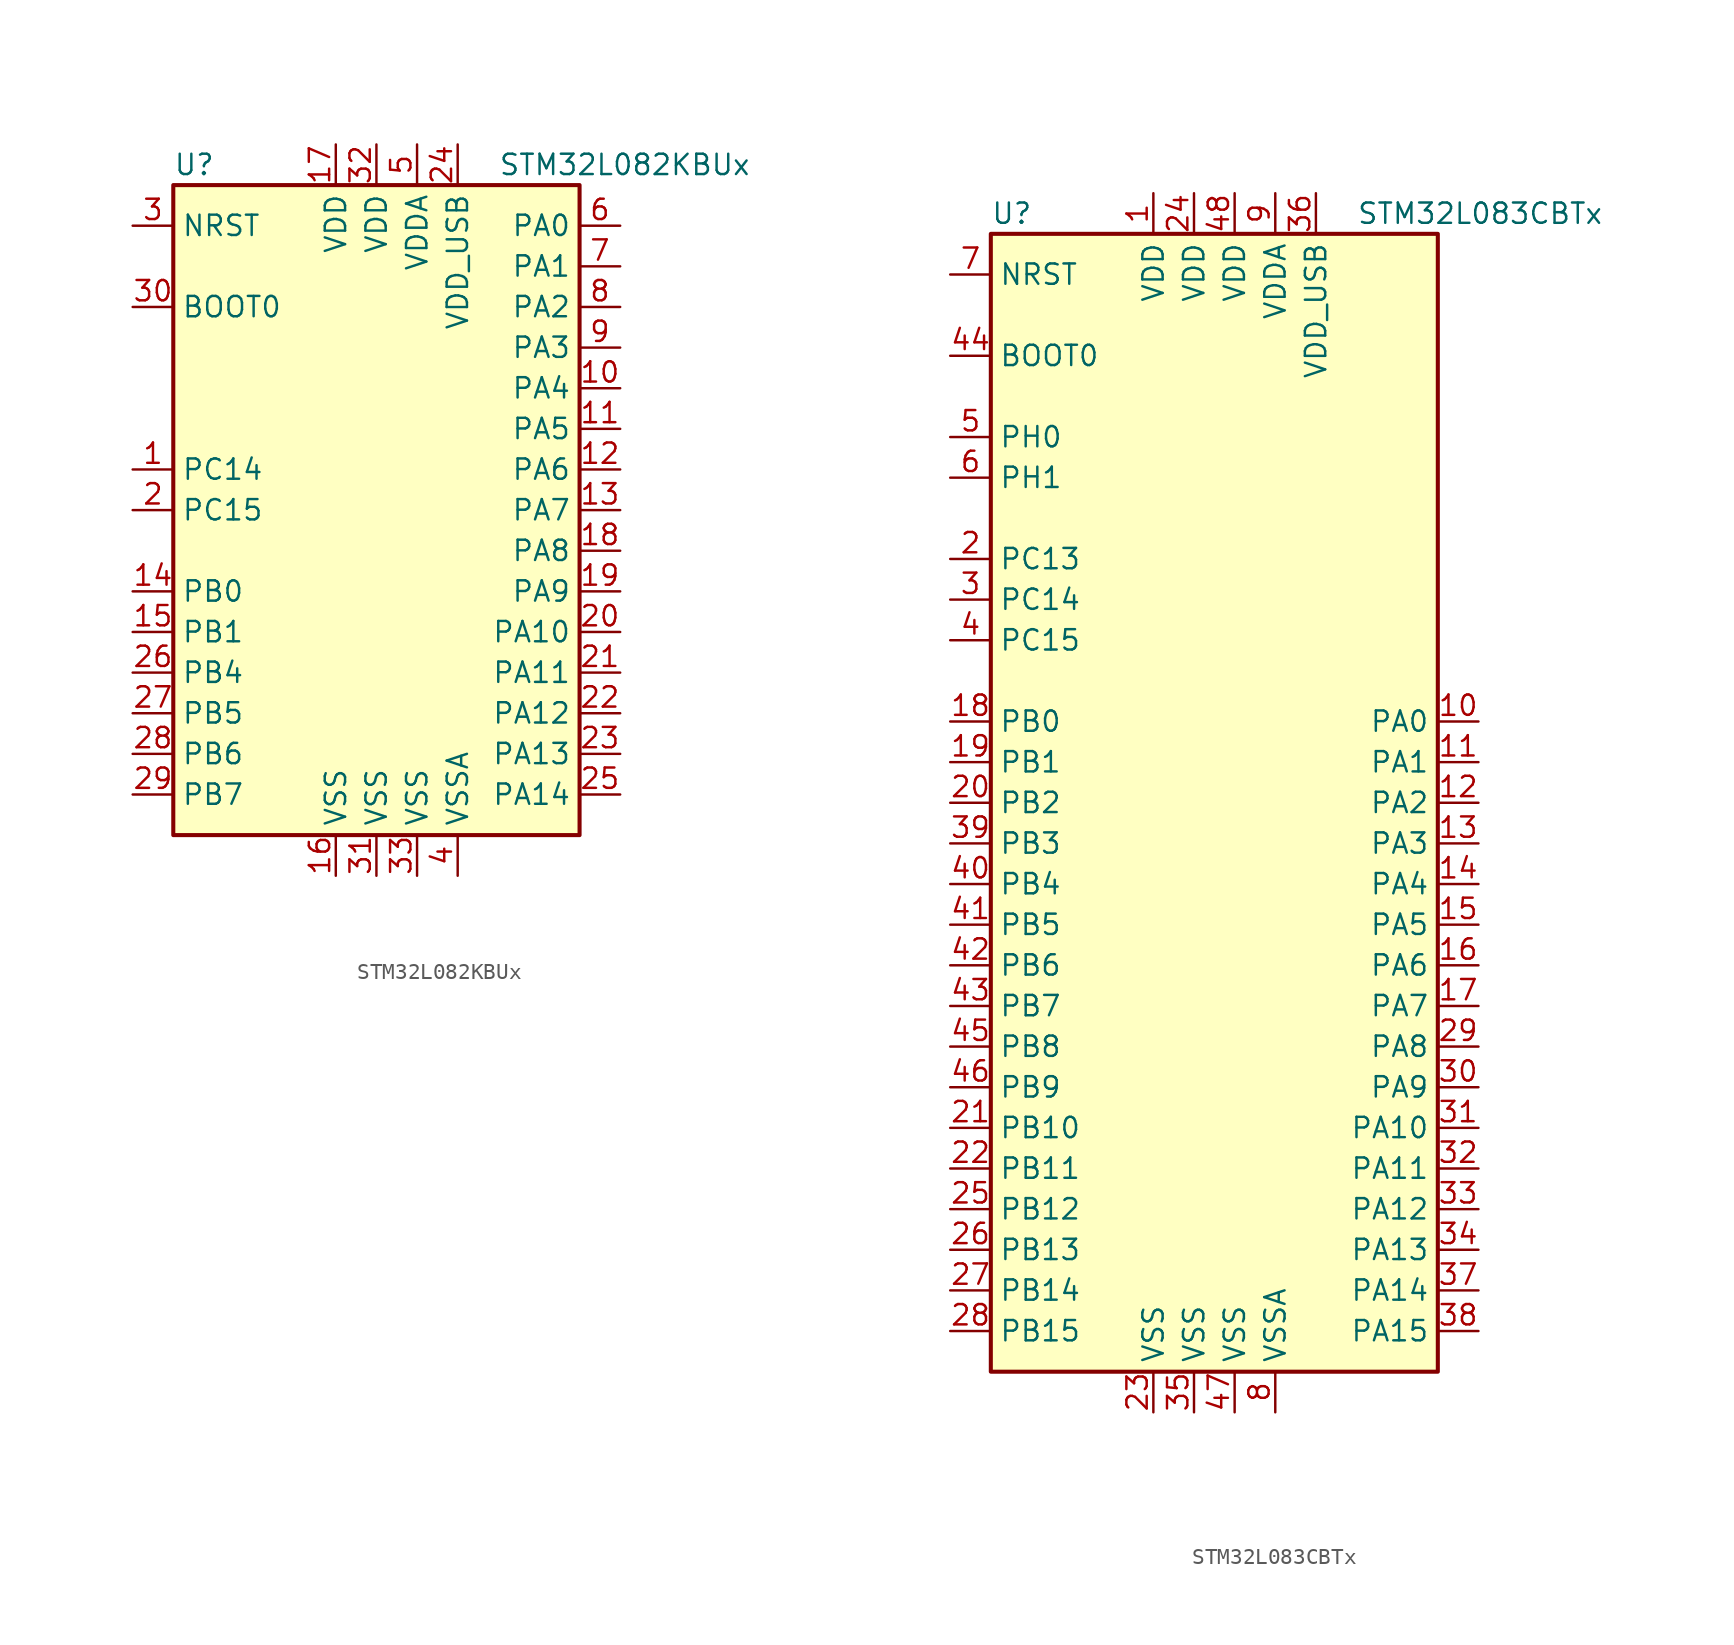
<source format=kicad_sym>
(kicad_symbol_lib
  (version 20201005)
  (generator kicad_symbol_editor)
  (symbol "MCU_ST_STM32L0:STM32L082KBUx"
    (property "Reference" "U"
      (at -12.7 21.59 0)
      (effects (font (size 1.27 1.27)) (justify left)))
    (property "Value" "STM32L082KBUx"
      (at 7.62 21.59 0)
      (effects (font (size 1.27 1.27)) (justify left)))
    (symbol "STM32L082KBUx_0_1"
      (rectangle (start -12.7 -20.32) (end 12.7 20.32) (stroke (width 0.254)) (fill (type background))))
    (symbol "STM32L082KBUx_1_1"
      (pin input line (at -15.24 12.7 0) (length 2.54) (name "BOOT0" (effects (font (size 1.27 1.27)))) (number "30" (effects (font (size 1.27 1.27)))))
      (pin input line (at -15.24 17.78 0) (length 2.54) (name "NRST" (effects (font (size 1.27 1.27)))) (number "3" (effects (font (size 1.27 1.27)))))
      (pin bidirectional line (at 15.24 17.78 180) (length 2.54) (name "PA0" (effects (font (size 1.27 1.27)))) (number "6" (effects (font (size 1.27 1.27)))))
      (pin bidirectional line (at 15.24 15.24 180) (length 2.54) (name "PA1" (effects (font (size 1.27 1.27)))) (number "7" (effects (font (size 1.27 1.27)))))
      (pin bidirectional line (at 15.24 -7.62 180) (length 2.54) (name "PA10" (effects (font (size 1.27 1.27)))) (number "20" (effects (font (size 1.27 1.27)))))
      (pin bidirectional line (at 15.24 -10.16 180) (length 2.54) (name "PA11" (effects (font (size 1.27 1.27)))) (number "21" (effects (font (size 1.27 1.27)))))
      (pin bidirectional line (at 15.24 -12.7 180) (length 2.54) (name "PA12" (effects (font (size 1.27 1.27)))) (number "22" (effects (font (size 1.27 1.27)))))
      (pin bidirectional line (at 15.24 -15.24 180) (length 2.54) (name "PA13" (effects (font (size 1.27 1.27)))) (number "23" (effects (font (size 1.27 1.27)))))
      (pin bidirectional line (at 15.24 -17.78 180) (length 2.54) (name "PA14" (effects (font (size 1.27 1.27)))) (number "25" (effects (font (size 1.27 1.27)))))
      (pin bidirectional line (at 15.24 12.7 180) (length 2.54) (name "PA2" (effects (font (size 1.27 1.27)))) (number "8" (effects (font (size 1.27 1.27)))))
      (pin bidirectional line (at 15.24 10.16 180) (length 2.54) (name "PA3" (effects (font (size 1.27 1.27)))) (number "9" (effects (font (size 1.27 1.27)))))
      (pin bidirectional line (at 15.24 7.62 180) (length 2.54) (name "PA4" (effects (font (size 1.27 1.27)))) (number "10" (effects (font (size 1.27 1.27)))))
      (pin bidirectional line (at 15.24 5.08 180) (length 2.54) (name "PA5" (effects (font (size 1.27 1.27)))) (number "11" (effects (font (size 1.27 1.27)))))
      (pin bidirectional line (at 15.24 2.54 180) (length 2.54) (name "PA6" (effects (font (size 1.27 1.27)))) (number "12" (effects (font (size 1.27 1.27)))))
      (pin bidirectional line (at 15.24 0 180) (length 2.54) (name "PA7" (effects (font (size 1.27 1.27)))) (number "13" (effects (font (size 1.27 1.27)))))
      (pin bidirectional line (at 15.24 -2.54 180) (length 2.54) (name "PA8" (effects (font (size 1.27 1.27)))) (number "18" (effects (font (size 1.27 1.27)))))
      (pin bidirectional line (at 15.24 -5.08 180) (length 2.54) (name "PA9" (effects (font (size 1.27 1.27)))) (number "19" (effects (font (size 1.27 1.27)))))
      (pin bidirectional line (at -15.24 -5.08 0) (length 2.54) (name "PB0" (effects (font (size 1.27 1.27)))) (number "14" (effects (font (size 1.27 1.27)))))
      (pin bidirectional line (at -15.24 -7.62 0) (length 2.54) (name "PB1" (effects (font (size 1.27 1.27)))) (number "15" (effects (font (size 1.27 1.27)))))
      (pin bidirectional line (at -15.24 -10.16 0) (length 2.54) (name "PB4" (effects (font (size 1.27 1.27)))) (number "26" (effects (font (size 1.27 1.27)))))
      (pin bidirectional line (at -15.24 -12.7 0) (length 2.54) (name "PB5" (effects (font (size 1.27 1.27)))) (number "27" (effects (font (size 1.27 1.27)))))
      (pin bidirectional line (at -15.24 -15.24 0) (length 2.54) (name "PB6" (effects (font (size 1.27 1.27)))) (number "28" (effects (font (size 1.27 1.27)))))
      (pin bidirectional line (at -15.24 -17.78 0) (length 2.54) (name "PB7" (effects (font (size 1.27 1.27)))) (number "29" (effects (font (size 1.27 1.27)))))
      (pin bidirectional line (at -15.24 2.54 0) (length 2.54) (name "PC14" (effects (font (size 1.27 1.27)))) (number "1" (effects (font (size 1.27 1.27)))))
      (pin bidirectional line (at -15.24 0 0) (length 2.54) (name "PC15" (effects (font (size 1.27 1.27)))) (number "2" (effects (font (size 1.27 1.27)))))
      (pin power_in line (at -2.54 22.86 270) (length 2.54) (name "VDD" (effects (font (size 1.27 1.27)))) (number "17" (effects (font (size 1.27 1.27)))))
      (pin power_in line (at 0 22.86 270) (length 2.54) (name "VDD" (effects (font (size 1.27 1.27)))) (number "32" (effects (font (size 1.27 1.27)))))
      (pin power_in line (at 2.54 22.86 270) (length 2.54) (name "VDDA" (effects (font (size 1.27 1.27)))) (number "5" (effects (font (size 1.27 1.27)))))
      (pin power_in line (at 5.08 22.86 270) (length 2.54) (name "VDD_USB" (effects (font (size 1.27 1.27)))) (number "24" (effects (font (size 1.27 1.27)))))
      (pin power_in line (at -2.54 -22.86 90) (length 2.54) (name "VSS" (effects (font (size 1.27 1.27)))) (number "16" (effects (font (size 1.27 1.27)))))
      (pin power_in line (at 0 -22.86 90) (length 2.54) (name "VSS" (effects (font (size 1.27 1.27)))) (number "31" (effects (font (size 1.27 1.27)))))
      (pin power_in line (at 2.54 -22.86 90) (length 2.54) (name "VSS" (effects (font (size 1.27 1.27)))) (number "33" (effects (font (size 1.27 1.27)))))
      (pin power_in line (at 5.08 -22.86 90) (length 2.54) (name "VSSA" (effects (font (size 1.27 1.27)))) (number "4" (effects (font (size 1.27 1.27)))))))
  (symbol "MCU_ST_STM32L0:STM32L083CBTx"
    (property "Reference" "U"
      (at -15.24 36.83 0)
      (effects (font (size 1.27 1.27)) (justify left)))
    (property "Value" "STM32L083CBTx"
      (at 7.62 36.83 0)
      (effects (font (size 1.27 1.27)) (justify left)))
    (symbol "STM32L083CBTx_0_1"
      (rectangle (start -15.24 -35.56) (end 12.7 35.56) (stroke (width 0.254)) (fill (type background))))
    (symbol "STM32L083CBTx_1_1"
      (pin input line (at -17.78 27.94 0) (length 2.54) (name "BOOT0" (effects (font (size 1.27 1.27)))) (number "44" (effects (font (size 1.27 1.27)))))
      (pin input line (at -17.78 33.02 0) (length 2.54) (name "NRST" (effects (font (size 1.27 1.27)))) (number "7" (effects (font (size 1.27 1.27)))))
      (pin bidirectional line (at 15.24 5.08 180) (length 2.54) (name "PA0" (effects (font (size 1.27 1.27)))) (number "10" (effects (font (size 1.27 1.27)))))
      (pin bidirectional line (at 15.24 2.54 180) (length 2.54) (name "PA1" (effects (font (size 1.27 1.27)))) (number "11" (effects (font (size 1.27 1.27)))))
      (pin bidirectional line (at 15.24 -20.32 180) (length 2.54) (name "PA10" (effects (font (size 1.27 1.27)))) (number "31" (effects (font (size 1.27 1.27)))))
      (pin bidirectional line (at 15.24 -22.86 180) (length 2.54) (name "PA11" (effects (font (size 1.27 1.27)))) (number "32" (effects (font (size 1.27 1.27)))))
      (pin bidirectional line (at 15.24 -25.4 180) (length 2.54) (name "PA12" (effects (font (size 1.27 1.27)))) (number "33" (effects (font (size 1.27 1.27)))))
      (pin bidirectional line (at 15.24 -27.94 180) (length 2.54) (name "PA13" (effects (font (size 1.27 1.27)))) (number "34" (effects (font (size 1.27 1.27)))))
      (pin bidirectional line (at 15.24 -30.48 180) (length 2.54) (name "PA14" (effects (font (size 1.27 1.27)))) (number "37" (effects (font (size 1.27 1.27)))))
      (pin bidirectional line (at 15.24 -33.02 180) (length 2.54) (name "PA15" (effects (font (size 1.27 1.27)))) (number "38" (effects (font (size 1.27 1.27)))))
      (pin bidirectional line (at 15.24 0 180) (length 2.54) (name "PA2" (effects (font (size 1.27 1.27)))) (number "12" (effects (font (size 1.27 1.27)))))
      (pin bidirectional line (at 15.24 -2.54 180) (length 2.54) (name "PA3" (effects (font (size 1.27 1.27)))) (number "13" (effects (font (size 1.27 1.27)))))
      (pin bidirectional line (at 15.24 -5.08 180) (length 2.54) (name "PA4" (effects (font (size 1.27 1.27)))) (number "14" (effects (font (size 1.27 1.27)))))
      (pin bidirectional line (at 15.24 -7.62 180) (length 2.54) (name "PA5" (effects (font (size 1.27 1.27)))) (number "15" (effects (font (size 1.27 1.27)))))
      (pin bidirectional line (at 15.24 -10.16 180) (length 2.54) (name "PA6" (effects (font (size 1.27 1.27)))) (number "16" (effects (font (size 1.27 1.27)))))
      (pin bidirectional line (at 15.24 -12.7 180) (length 2.54) (name "PA7" (effects (font (size 1.27 1.27)))) (number "17" (effects (font (size 1.27 1.27)))))
      (pin bidirectional line (at 15.24 -15.24 180) (length 2.54) (name "PA8" (effects (font (size 1.27 1.27)))) (number "29" (effects (font (size 1.27 1.27)))))
      (pin bidirectional line (at 15.24 -17.78 180) (length 2.54) (name "PA9" (effects (font (size 1.27 1.27)))) (number "30" (effects (font (size 1.27 1.27)))))
      (pin bidirectional line (at -17.78 5.08 0) (length 2.54) (name "PB0" (effects (font (size 1.27 1.27)))) (number "18" (effects (font (size 1.27 1.27)))))
      (pin bidirectional line (at -17.78 2.54 0) (length 2.54) (name "PB1" (effects (font (size 1.27 1.27)))) (number "19" (effects (font (size 1.27 1.27)))))
      (pin bidirectional line (at -17.78 -20.32 0) (length 2.54) (name "PB10" (effects (font (size 1.27 1.27)))) (number "21" (effects (font (size 1.27 1.27)))))
      (pin bidirectional line (at -17.78 -22.86 0) (length 2.54) (name "PB11" (effects (font (size 1.27 1.27)))) (number "22" (effects (font (size 1.27 1.27)))))
      (pin bidirectional line (at -17.78 -25.4 0) (length 2.54) (name "PB12" (effects (font (size 1.27 1.27)))) (number "25" (effects (font (size 1.27 1.27)))))
      (pin bidirectional line (at -17.78 -27.94 0) (length 2.54) (name "PB13" (effects (font (size 1.27 1.27)))) (number "26" (effects (font (size 1.27 1.27)))))
      (pin bidirectional line (at -17.78 -30.48 0) (length 2.54) (name "PB14" (effects (font (size 1.27 1.27)))) (number "27" (effects (font (size 1.27 1.27)))))
      (pin bidirectional line (at -17.78 -33.02 0) (length 2.54) (name "PB15" (effects (font (size 1.27 1.27)))) (number "28" (effects (font (size 1.27 1.27)))))
      (pin bidirectional line (at -17.78 0 0) (length 2.54) (name "PB2" (effects (font (size 1.27 1.27)))) (number "20" (effects (font (size 1.27 1.27)))))
      (pin bidirectional line (at -17.78 -2.54 0) (length 2.54) (name "PB3" (effects (font (size 1.27 1.27)))) (number "39" (effects (font (size 1.27 1.27)))))
      (pin bidirectional line (at -17.78 -5.08 0) (length 2.54) (name "PB4" (effects (font (size 1.27 1.27)))) (number "40" (effects (font (size 1.27 1.27)))))
      (pin bidirectional line (at -17.78 -7.62 0) (length 2.54) (name "PB5" (effects (font (size 1.27 1.27)))) (number "41" (effects (font (size 1.27 1.27)))))
      (pin bidirectional line (at -17.78 -10.16 0) (length 2.54) (name "PB6" (effects (font (size 1.27 1.27)))) (number "42" (effects (font (size 1.27 1.27)))))
      (pin bidirectional line (at -17.78 -12.7 0) (length 2.54) (name "PB7" (effects (font (size 1.27 1.27)))) (number "43" (effects (font (size 1.27 1.27)))))
      (pin bidirectional line (at -17.78 -15.24 0) (length 2.54) (name "PB8" (effects (font (size 1.27 1.27)))) (number "45" (effects (font (size 1.27 1.27)))))
      (pin bidirectional line (at -17.78 -17.78 0) (length 2.54) (name "PB9" (effects (font (size 1.27 1.27)))) (number "46" (effects (font (size 1.27 1.27)))))
      (pin bidirectional line (at -17.78 15.24 0) (length 2.54) (name "PC13" (effects (font (size 1.27 1.27)))) (number "2" (effects (font (size 1.27 1.27)))))
      (pin bidirectional line (at -17.78 12.7 0) (length 2.54) (name "PC14" (effects (font (size 1.27 1.27)))) (number "3" (effects (font (size 1.27 1.27)))))
      (pin bidirectional line (at -17.78 10.16 0) (length 2.54) (name "PC15" (effects (font (size 1.27 1.27)))) (number "4" (effects (font (size 1.27 1.27)))))
      (pin input line (at -17.78 22.86 0) (length 2.54) (name "PH0" (effects (font (size 1.27 1.27)))) (number "5" (effects (font (size 1.27 1.27)))))
      (pin input line (at -17.78 20.32 0) (length 2.54) (name "PH1" (effects (font (size 1.27 1.27)))) (number "6" (effects (font (size 1.27 1.27)))))
      (pin power_in line (at -5.08 38.1 270) (length 2.54) (name "VDD" (effects (font (size 1.27 1.27)))) (number "1" (effects (font (size 1.27 1.27)))))
      (pin power_in line (at -2.54 38.1 270) (length 2.54) (name "VDD" (effects (font (size 1.27 1.27)))) (number "24" (effects (font (size 1.27 1.27)))))
      (pin power_in line (at 0 38.1 270) (length 2.54) (name "VDD" (effects (font (size 1.27 1.27)))) (number "48" (effects (font (size 1.27 1.27)))))
      (pin power_in line (at 2.54 38.1 270) (length 2.54) (name "VDDA" (effects (font (size 1.27 1.27)))) (number "9" (effects (font (size 1.27 1.27)))))
      (pin power_in line (at 5.08 38.1 270) (length 2.54) (name "VDD_USB" (effects (font (size 1.27 1.27)))) (number "36" (effects (font (size 1.27 1.27)))))
      (pin power_in line (at -5.08 -38.1 90) (length 2.54) (name "VSS" (effects (font (size 1.27 1.27)))) (number "23" (effects (font (size 1.27 1.27)))))
      (pin power_in line (at -2.54 -38.1 90) (length 2.54) (name "VSS" (effects (font (size 1.27 1.27)))) (number "35" (effects (font (size 1.27 1.27)))))
      (pin power_in line (at 0 -38.1 90) (length 2.54) (name "VSS" (effects (font (size 1.27 1.27)))) (number "47" (effects (font (size 1.27 1.27)))))
      (pin power_in line (at 2.54 -38.1 90) (length 2.54) (name "VSSA" (effects (font (size 1.27 1.27)))) (number "8" (effects (font (size 1.27 1.27))))))))
</source>
